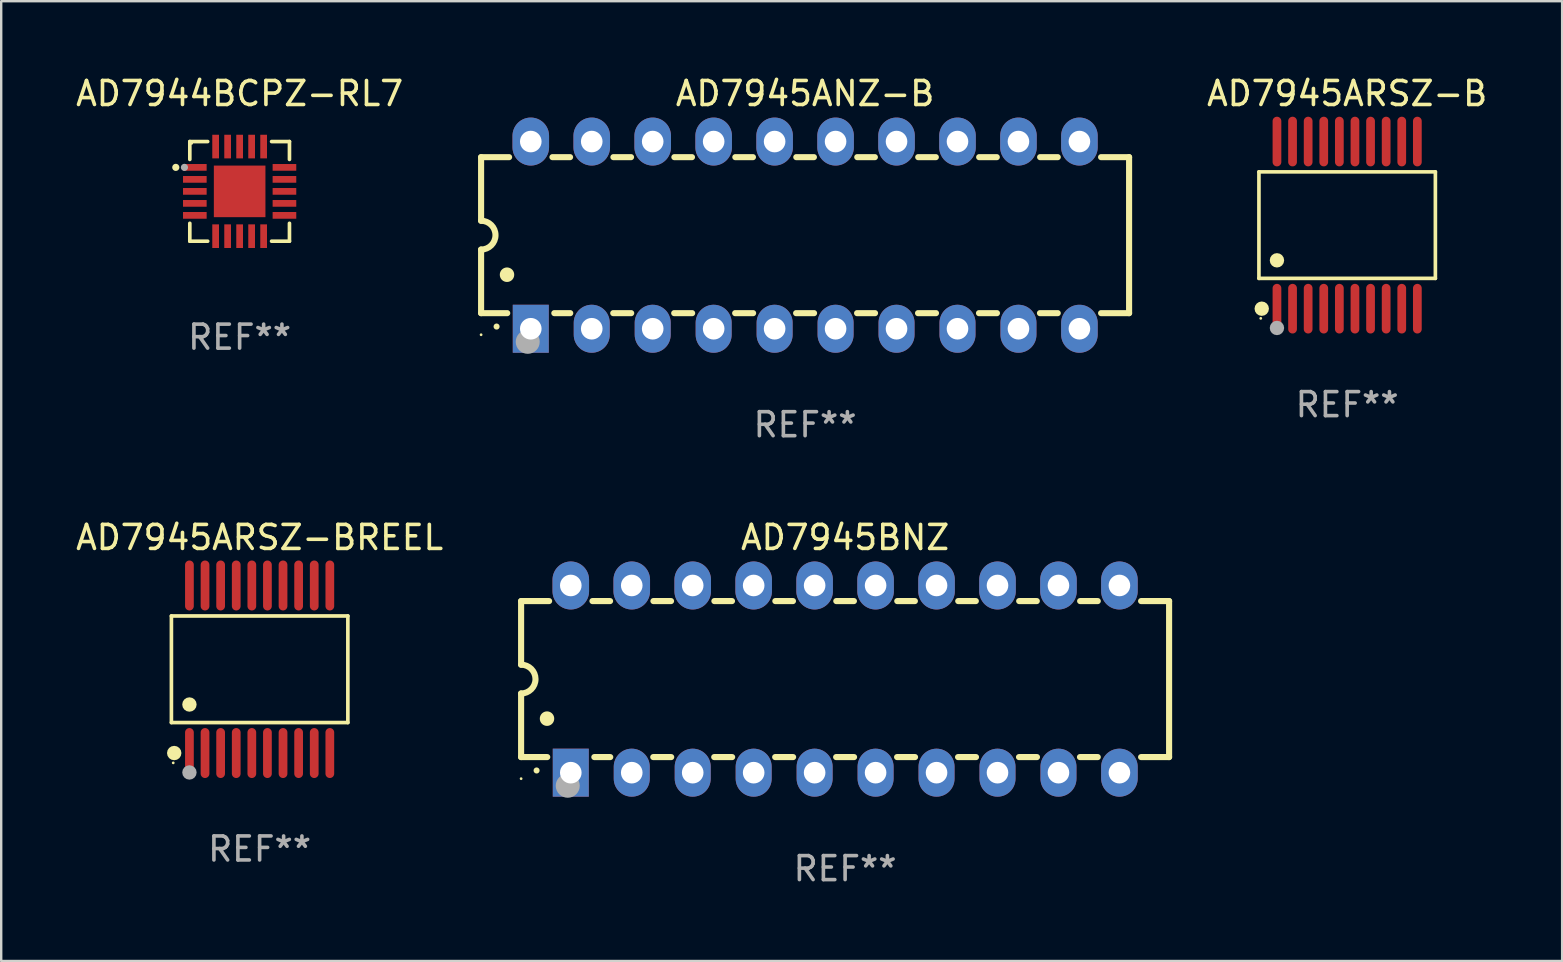
<source format=kicad_pcb>
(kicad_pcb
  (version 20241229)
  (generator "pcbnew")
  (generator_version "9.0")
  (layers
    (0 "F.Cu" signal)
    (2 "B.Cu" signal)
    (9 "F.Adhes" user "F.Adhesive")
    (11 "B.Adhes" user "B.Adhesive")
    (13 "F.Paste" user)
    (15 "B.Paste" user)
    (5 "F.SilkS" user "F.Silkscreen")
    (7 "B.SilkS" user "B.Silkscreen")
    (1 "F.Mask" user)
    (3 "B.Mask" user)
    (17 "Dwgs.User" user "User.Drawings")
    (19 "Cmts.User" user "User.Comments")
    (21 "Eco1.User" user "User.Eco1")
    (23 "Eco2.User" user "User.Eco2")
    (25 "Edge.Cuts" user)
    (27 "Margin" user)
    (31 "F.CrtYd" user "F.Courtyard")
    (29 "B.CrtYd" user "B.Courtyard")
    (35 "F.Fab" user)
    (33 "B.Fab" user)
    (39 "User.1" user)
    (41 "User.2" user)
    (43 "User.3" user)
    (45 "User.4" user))
  (footprint "AD7945ANZ-B"
    (layer "F.Cu")
    (at 30.496 6.748)
    (property "Reference" "AD7945ANZ-B" (at 0 -5.9 0) (layer "F.SilkS") (effects (font (size 1 1) (thickness 0.15))))
    (attr through_hole)
    (fp_line (start -13.5 -3.25) (end -12.333 -3.25) (stroke (width 0.254) (type solid)) (layer "F.SilkS"))
    (fp_line (start -13.5 -0.6) (end -13.5 -3.25) (stroke (width 0.254) (type solid)) (layer "F.SilkS"))
    (fp_line (start -13.5 3.25) (end -13.5 0.6) (stroke (width 0.254) (type solid)) (layer "F.SilkS"))
    (fp_line (start -13.5 3.25) (end -12.411 3.25) (stroke (width 0.254) (type solid)) (layer "F.SilkS"))
    (fp_line (start -10.527 -3.25) (end -9.793 -3.25) (stroke (width 0.254) (type solid)) (layer "F.SilkS"))
    (fp_line (start -10.449 3.25) (end -9.786 3.25) (stroke (width 0.254) (type solid)) (layer "F.SilkS"))
    (fp_line (start -7.994 3.25) (end -7.246 3.25) (stroke (width 0.254) (type solid)) (layer "F.SilkS"))
    (fp_line (start -7.987 -3.25) (end -7.253 -3.25) (stroke (width 0.254) (type solid)) (layer "F.SilkS"))
    (fp_line (start -5.454 3.25) (end -4.706 3.25) (stroke (width 0.254) (type solid)) (layer "F.SilkS"))
    (fp_line (start -5.447 -3.25) (end -4.713 -3.25) (stroke (width 0.254) (type solid)) (layer "F.SilkS"))
    (fp_line (start -2.914 3.25) (end -2.166 3.25) (stroke (width 0.254) (type solid)) (layer "F.SilkS"))
    (fp_line (start -2.907 -3.25) (end -2.173 -3.25) (stroke (width 0.254) (type solid)) (layer "F.SilkS"))
    (fp_line (start -0.374 3.25) (end 0.374 3.25) (stroke (width 0.254) (type solid)) (layer "F.SilkS"))
    (fp_line (start -0.367 -3.25) (end 0.367 -3.25) (stroke (width 0.254) (type solid)) (layer "F.SilkS"))
    (fp_line (start 2.166 3.25) (end 2.914 3.25) (stroke (width 0.254) (type solid)) (layer "F.SilkS"))
    (fp_line (start 2.173 -3.25) (end 2.907 -3.25) (stroke (width 0.254) (type solid)) (layer "F.SilkS"))
    (fp_line (start 4.706 3.25) (end 5.454 3.25) (stroke (width 0.254) (type solid)) (layer "F.SilkS"))
    (fp_line (start 4.713 -3.25) (end 5.447 -3.25) (stroke (width 0.254) (type solid)) (layer "F.SilkS"))
    (fp_line (start 7.246 3.25) (end 7.994 3.25) (stroke (width 0.254) (type solid)) (layer "F.SilkS"))
    (fp_line (start 7.253 -3.25) (end 7.987 -3.25) (stroke (width 0.254) (type solid)) (layer "F.SilkS"))
    (fp_line (start 9.786 3.25) (end 10.527 3.25) (stroke (width 0.254) (type solid)) (layer "F.SilkS"))
    (fp_line (start 9.793 -3.25) (end 10.527 -3.25) (stroke (width 0.254) (type solid)) (layer "F.SilkS"))
    (fp_line (start 12.333 -3.25) (end 13.5 -3.25) (stroke (width 0.254) (type solid)) (layer "F.SilkS"))
    (fp_line (start 12.333 3.25) (end 13.5 3.25) (stroke (width 0.254) (type solid)) (layer "F.SilkS"))
    (fp_line (start 13.5 -3.25) (end 13.5 3.25) (stroke (width 0.254) (type solid)) (layer "F.SilkS"))
    (fp_arc (start -13.500127 -0.599442) (mid -12.900406 0.000228) (end -13.500025 0.6) (stroke (width 0.254001) (type solid)) (layer "F.SilkS"))
    (fp_arc (start -12.854966 3.810008) (mid -12.854973 3.808738) (end -12.854966 3.807468) (stroke (width 0.25) (type solid)) (layer "F.SilkS"))
    (fp_arc (start -12.420625 1.651003) (mid -12.420636 1.648463) (end -12.420625 1.645923) (stroke (width 0.6) (type solid)) (layer "F.SilkS"))
    (fp_circle (center -13.5 4.15) (end -13.47 4.15) (stroke (width 0.06) (type solid)) (fill no) (layer "F.SilkS"))
    (fp_circle (center -11.557 4.445) (end -11.307 4.445) (stroke (width 0.5) (type solid)) (fill no) (layer "F.Fab"))
    (fp_text user "REF**" (at 0 7.9 0) (layer "F.Fab") (effects (font (size 1 1) (thickness 0.15))))
    (pad "1" thru_hole rect (at -11.43 3.9 90) (size 2 1.5) (drill 0.9) (layers "*.Cu" "*.Mask"))
    (pad "2" thru_hole oval (at -8.89 3.9 90) (size 2 1.5) (drill 0.9) (layers "*.Cu" "*.Mask"))
    (pad "3" thru_hole oval (at -6.35 3.9 90) (size 2 1.5) (drill 0.9) (layers "*.Cu" "*.Mask"))
    (pad "4" thru_hole oval (at -3.81 3.9 90) (size 2 1.5) (drill 0.9) (layers "*.Cu" "*.Mask"))
    (pad "5" thru_hole oval (at -1.27 3.9 90) (size 2 1.5) (drill 0.9) (layers "*.Cu" "*.Mask"))
    (pad "6" thru_hole oval (at 1.27 3.9 90) (size 2 1.5) (drill 0.9) (layers "*.Cu" "*.Mask"))
    (pad "7" thru_hole oval (at 3.81 3.9 90) (size 2 1.5) (drill 0.9) (layers "*.Cu" "*.Mask"))
    (pad "8" thru_hole oval (at 6.35 3.9 90) (size 2 1.5) (drill 0.9) (layers "*.Cu" "*.Mask"))
    (pad "9" thru_hole oval (at 8.89 3.9 90) (size 2 1.5) (drill 0.9) (layers "*.Cu" "*.Mask"))
    (pad "10" thru_hole oval (at 11.43 3.9 90) (size 2 1.524) (drill 0.9) (layers "*.Cu" "*.Mask"))
    (pad "11" thru_hole oval (at 11.43 -3.9 90) (size 2 1.524) (drill 0.9) (layers "*.Cu" "*.Mask"))
    (pad "12" thru_hole oval (at 8.89 -3.9 90) (size 2 1.524) (drill 0.9) (layers "*.Cu" "*.Mask"))
    (pad "13" thru_hole oval (at 6.35 -3.9 90) (size 2 1.524) (drill 0.9) (layers "*.Cu" "*.Mask"))
    (pad "14" thru_hole oval (at 3.81 -3.9 90) (size 2 1.524) (drill 0.9) (layers "*.Cu" "*.Mask"))
    (pad "15" thru_hole oval (at 1.27 -3.9 90) (size 2 1.524) (drill 0.9) (layers "*.Cu" "*.Mask"))
    (pad "16" thru_hole oval (at -1.27 -3.9 90) (size 2 1.524) (drill 0.9) (layers "*.Cu" "*.Mask"))
    (pad "17" thru_hole oval (at -3.81 -3.9 90) (size 2 1.524) (drill 0.9) (layers "*.Cu" "*.Mask"))
    (pad "18" thru_hole oval (at -6.35 -3.9 90) (size 2 1.524) (drill 0.9) (layers "*.Cu" "*.Mask"))
    (pad "19" thru_hole oval (at -8.89 -3.9 90) (size 2 1.524) (drill 0.9) (layers "*.Cu" "*.Mask"))
    (pad "20" thru_hole oval (at -11.43 -3.9 90) (size 2 1.524) (drill 0.9) (layers "*.Cu" "*.Mask")))
  (footprint "AD7945ARSZ-B"
    (layer "F.Cu")
    (at 53.082 6.33)
    (property "Reference" "AD7945ARSZ-B" (at 0 -5.482 0) (layer "F.SilkS") (effects (font (size 1 1) (thickness 0.15))))
    (attr through_hole)
    (fp_line (start -3.676 -2.219) (end 3.676 -2.219) (stroke (width 0.152) (type solid)) (layer "F.SilkS"))
    (fp_line (start -3.676 2.219) (end -3.676 -2.219) (stroke (width 0.152) (type solid)) (layer "F.SilkS"))
    (fp_line (start 3.676 -2.219) (end 3.676 2.219) (stroke (width 0.152) (type solid)) (layer "F.SilkS"))
    (fp_line (start 3.676 2.219) (end -3.676 2.219) (stroke (width 0.152) (type solid)) (layer "F.SilkS"))
    (fp_circle (center -3.6 3.885) (end -3.57 3.885) (stroke (width 0.06) (type solid)) (fill no) (layer "F.SilkS"))
    (fp_circle (center -3.559 3.482) (end -3.409 3.482) (stroke (width 0.3) (type solid)) (fill no) (layer "F.SilkS"))
    (fp_circle (center -2.925 1.467) (end -2.775 1.467) (stroke (width 0.3) (type solid)) (fill no) (layer "F.SilkS"))
    (fp_circle (center -2.925 4.285) (end -2.775 4.285) (stroke (width 0.3) (type solid)) (fill no) (layer "F.Fab"))
    (fp_text user "REF**" (at 0 7.482 0) (layer "F.Fab") (effects (font (size 1 1) (thickness 0.15))))
    (pad "1" smd oval (at -2.925 3.482) (size 0.364 2.069) (layers "F.Cu" "F.Mask" "F.Paste"))
    (pad "2" smd oval (at -2.275 3.482) (size 0.364 2.069) (layers "F.Cu" "F.Mask" "F.Paste"))
    (pad "3" smd oval (at -1.625 3.482) (size 0.364 2.069) (layers "F.Cu" "F.Mask" "F.Paste"))
    (pad "4" smd oval (at -0.975 3.482) (size 0.364 2.069) (layers "F.Cu" "F.Mask" "F.Paste"))
    (pad "5" smd oval (at -0.325 3.482) (size 0.364 2.069) (layers "F.Cu" "F.Mask" "F.Paste"))
    (pad "6" smd oval (at 0.325 3.482) (size 0.364 2.069) (layers "F.Cu" "F.Mask" "F.Paste"))
    (pad "7" smd oval (at 0.975 3.482) (size 0.364 2.069) (layers "F.Cu" "F.Mask" "F.Paste"))
    (pad "8" smd oval (at 1.625 3.482) (size 0.364 2.069) (layers "F.Cu" "F.Mask" "F.Paste"))
    (pad "9" smd oval (at 2.275 3.482) (size 0.364 2.069) (layers "F.Cu" "F.Mask" "F.Paste"))
    (pad "10" smd oval (at 2.925 3.482) (size 0.364 2.069) (layers "F.Cu" "F.Mask" "F.Paste"))
    (pad "11" smd oval (at 2.925 -3.482) (size 0.364 2.069) (layers "F.Cu" "F.Mask" "F.Paste"))
    (pad "12" smd oval (at 2.275 -3.482) (size 0.364 2.069) (layers "F.Cu" "F.Mask" "F.Paste"))
    (pad "13" smd oval (at 1.625 -3.482) (size 0.364 2.069) (layers "F.Cu" "F.Mask" "F.Paste"))
    (pad "14" smd oval (at 0.975 -3.482) (size 0.364 2.069) (layers "F.Cu" "F.Mask" "F.Paste"))
    (pad "15" smd oval (at 0.325 -3.482) (size 0.364 2.069) (layers "F.Cu" "F.Mask" "F.Paste"))
    (pad "16" smd oval (at -0.325 -3.482) (size 0.364 2.069) (layers "F.Cu" "F.Mask" "F.Paste"))
    (pad "17" smd oval (at -0.975 -3.482) (size 0.364 2.069) (layers "F.Cu" "F.Mask" "F.Paste"))
    (pad "18" smd oval (at -1.625 -3.482) (size 0.364 2.069) (layers "F.Cu" "F.Mask" "F.Paste"))
    (pad "19" smd oval (at -2.275 -3.482) (size 0.364 2.069) (layers "F.Cu" "F.Mask" "F.Paste"))
    (pad "20" smd oval (at -2.925 -3.482) (size 0.364 2.069) (layers "F.Cu" "F.Mask" "F.Paste")))
  (footprint "AD7945ARSZ-BREEL"
    (layer "F.Cu")
    (at 7.768 24.836)
    (property "Reference" "AD7945ARSZ-BREEL" (at 0 -5.491 0) (layer "F.SilkS") (effects (font (size 1 1) (thickness 0.15))))
    (attr through_hole)
    (fp_line (start -3.676 -2.221) (end 3.676 -2.221) (stroke (width 0.152) (type solid)) (layer "F.SilkS"))
    (fp_line (start -3.676 2.221) (end -3.676 -2.221) (stroke (width 0.152) (type solid)) (layer "F.SilkS"))
    (fp_line (start 3.676 -2.221) (end 3.676 2.221) (stroke (width 0.152) (type solid)) (layer "F.SilkS"))
    (fp_line (start 3.676 2.221) (end -3.676 2.221) (stroke (width 0.152) (type solid)) (layer "F.SilkS"))
    (fp_circle (center -3.6 3.9) (end -3.57 3.9) (stroke (width 0.06) (type solid)) (fill no) (layer "F.SilkS"))
    (fp_circle (center -3.559 3.491) (end -3.409 3.491) (stroke (width 0.3) (type solid)) (fill no) (layer "F.SilkS"))
    (fp_circle (center -2.925 1.469) (end -2.775 1.469) (stroke (width 0.3) (type solid)) (fill no) (layer "F.SilkS"))
    (fp_circle (center -2.925 4.3) (end -2.775 4.3) (stroke (width 0.3) (type solid)) (fill no) (layer "F.Fab"))
    (fp_text user "REF**" (at 0 7.491 0) (layer "F.Fab") (effects (font (size 1 1) (thickness 0.15))))
    (pad "1" smd oval (at -2.925 3.491) (size 0.364 2.082) (layers "F.Cu" "F.Mask" "F.Paste"))
    (pad "2" smd oval (at -2.275 3.491) (size 0.364 2.082) (layers "F.Cu" "F.Mask" "F.Paste"))
    (pad "3" smd oval (at -1.625 3.491) (size 0.364 2.082) (layers "F.Cu" "F.Mask" "F.Paste"))
    (pad "4" smd oval (at -0.975 3.491) (size 0.364 2.082) (layers "F.Cu" "F.Mask" "F.Paste"))
    (pad "5" smd oval (at -0.325 3.491) (size 0.364 2.082) (layers "F.Cu" "F.Mask" "F.Paste"))
    (pad "6" smd oval (at 0.325 3.491) (size 0.364 2.082) (layers "F.Cu" "F.Mask" "F.Paste"))
    (pad "7" smd oval (at 0.975 3.491) (size 0.364 2.082) (layers "F.Cu" "F.Mask" "F.Paste"))
    (pad "8" smd oval (at 1.625 3.491) (size 0.364 2.082) (layers "F.Cu" "F.Mask" "F.Paste"))
    (pad "9" smd oval (at 2.275 3.491) (size 0.364 2.082) (layers "F.Cu" "F.Mask" "F.Paste"))
    (pad "10" smd oval (at 2.925 3.491) (size 0.364 2.082) (layers "F.Cu" "F.Mask" "F.Paste"))
    (pad "11" smd oval (at 2.925 -3.491) (size 0.364 2.082) (layers "F.Cu" "F.Mask" "F.Paste"))
    (pad "12" smd oval (at 2.275 -3.491) (size 0.364 2.082) (layers "F.Cu" "F.Mask" "F.Paste"))
    (pad "13" smd oval (at 1.625 -3.491) (size 0.364 2.082) (layers "F.Cu" "F.Mask" "F.Paste"))
    (pad "14" smd oval (at 0.975 -3.491) (size 0.364 2.082) (layers "F.Cu" "F.Mask" "F.Paste"))
    (pad "15" smd oval (at 0.325 -3.491) (size 0.364 2.082) (layers "F.Cu" "F.Mask" "F.Paste"))
    (pad "16" smd oval (at -0.325 -3.491) (size 0.364 2.082) (layers "F.Cu" "F.Mask" "F.Paste"))
    (pad "17" smd oval (at -0.975 -3.491) (size 0.364 2.082) (layers "F.Cu" "F.Mask" "F.Paste"))
    (pad "18" smd oval (at -1.625 -3.491) (size 0.364 2.082) (layers "F.Cu" "F.Mask" "F.Paste"))
    (pad "19" smd oval (at -2.275 -3.491) (size 0.364 2.082) (layers "F.Cu" "F.Mask" "F.Paste"))
    (pad "20" smd oval (at -2.925 -3.491) (size 0.364 2.082) (layers "F.Cu" "F.Mask" "F.Paste")))
  (footprint "AD7944BCPZ-RL7"
    (layer "F.Cu")
    (at 6.935 4.924)
    (property "Reference" "AD7944BCPZ-RL7" (at 0 -4.076 0) (layer "F.SilkS") (effects (font (size 1 1) (thickness 0.15))))
    (attr through_hole)
    (fp_line (start -2.076 -2.076) (end -2.076 -1.331) (stroke (width 0.152) (type solid)) (layer "F.SilkS"))
    (fp_line (start -2.076 2.076) (end -2.076 1.331) (stroke (width 0.152) (type solid)) (layer "F.SilkS"))
    (fp_line (start -1.331 -2.076) (end -2.076 -2.076) (stroke (width 0.152) (type solid)) (layer "F.SilkS"))
    (fp_line (start -1.331 2.076) (end -2.076 2.076) (stroke (width 0.152) (type solid)) (layer "F.SilkS"))
    (fp_line (start 1.331 -2.076) (end 2.076 -2.076) (stroke (width 0.152) (type solid)) (layer "F.SilkS"))
    (fp_line (start 1.331 2.076) (end 2.076 2.076) (stroke (width 0.152) (type solid)) (layer "F.SilkS"))
    (fp_line (start 2.076 -2.076) (end 2.076 -1.331) (stroke (width 0.152) (type solid)) (layer "F.SilkS"))
    (fp_line (start 2.076 2.076) (end 2.076 1.331) (stroke (width 0.152) (type solid)) (layer "F.SilkS"))
    (fp_circle (center -2.66 -1) (end -2.585 -1) (stroke (width 0.15) (type solid)) (fill no) (layer "F.SilkS"))
    (fp_circle (center -2 -2) (end -1.97 -2) (stroke (width 0.06) (type solid)) (fill no) (layer "F.SilkS"))
    (fp_circle (center -2.3 -1) (end -2.225 -1) (stroke (width 0.15) (type solid)) (fill no) (layer "F.Fab"))
    (fp_text user "REF**" (at 0 6.076 0) (layer "F.Fab") (effects (font (size 1 1) (thickness 0.15))))
    (pad "1" smd rect (at -1.867 -1) (size 0.985 0.28) (layers "F.Cu" "F.Mask" "F.Paste"))
    (pad "2" smd rect (at -1.867 -0.5) (size 0.985 0.28) (layers "F.Cu" "F.Mask" "F.Paste"))
    (pad "3" smd rect (at -1.867 0) (size 0.985 0.28) (layers "F.Cu" "F.Mask" "F.Paste"))
    (pad "4" smd rect (at -1.867 0.5) (size 0.985 0.28) (layers "F.Cu" "F.Mask" "F.Paste"))
    (pad "5" smd rect (at -1.867 1) (size 0.985 0.28) (layers "F.Cu" "F.Mask" "F.Paste"))
    (pad "6" smd rect (at -1 1.867) (size 0.28 0.985) (layers "F.Cu" "F.Mask" "F.Paste"))
    (pad "7" smd rect (at -0.5 1.867) (size 0.28 0.985) (layers "F.Cu" "F.Mask" "F.Paste"))
    (pad "8" smd rect (at 0 1.867) (size 0.28 0.985) (layers "F.Cu" "F.Mask" "F.Paste"))
    (pad "9" smd rect (at 0.5 1.867) (size 0.28 0.985) (layers "F.Cu" "F.Mask" "F.Paste"))
    (pad "10" smd rect (at 1 1.867) (size 0.28 0.985) (layers "F.Cu" "F.Mask" "F.Paste"))
    (pad "11" smd rect (at 1.867 1) (size 0.985 0.28) (layers "F.Cu" "F.Mask" "F.Paste"))
    (pad "12" smd rect (at 1.867 0.5) (size 0.985 0.28) (layers "F.Cu" "F.Mask" "F.Paste"))
    (pad "13" smd rect (at 1.867 0) (size 0.985 0.28) (layers "F.Cu" "F.Mask" "F.Paste"))
    (pad "14" smd rect (at 1.867 -0.5) (size 0.985 0.28) (layers "F.Cu" "F.Mask" "F.Paste"))
    (pad "15" smd rect (at 1.867 -1) (size 0.985 0.28) (layers "F.Cu" "F.Mask" "F.Paste"))
    (pad "16" smd rect (at 1 -1.867) (size 0.28 0.985) (layers "F.Cu" "F.Mask" "F.Paste"))
    (pad "17" smd rect (at 0.5 -1.867) (size 0.28 0.985) (layers "F.Cu" "F.Mask" "F.Paste"))
    (pad "18" smd rect (at 0 -1.867) (size 0.28 0.985) (layers "F.Cu" "F.Mask" "F.Paste"))
    (pad "19" smd rect (at -0.5 -1.867) (size 0.28 0.985) (layers "F.Cu" "F.Mask" "F.Paste"))
    (pad "20" smd rect (at -1 -1.867) (size 0.28 0.985) (layers "F.Cu" "F.Mask" "F.Paste"))
    (pad "21" smd rect (at 0 0) (size 2.15 2.15) (layers "F.Cu" "F.Mask" "F.Paste")))
  (footprint "AD7945BNZ"
    (layer "F.Cu")
    (at 32.163 25.245)
    (property "Reference" "AD7945BNZ" (at 0 -5.9 0) (layer "F.SilkS") (effects (font (size 1 1) (thickness 0.15))))
    (attr through_hole)
    (fp_line (start -13.5 -3.25) (end -12.333 -3.25) (stroke (width 0.254) (type solid)) (layer "F.SilkS"))
    (fp_line (start -13.5 -0.6) (end -13.5 -3.25) (stroke (width 0.254) (type solid)) (layer "F.SilkS"))
    (fp_line (start -13.5 3.25) (end -13.5 0.6) (stroke (width 0.254) (type solid)) (layer "F.SilkS"))
    (fp_line (start -13.5 3.25) (end -12.411 3.25) (stroke (width 0.254) (type solid)) (layer "F.SilkS"))
    (fp_line (start -10.527 -3.25) (end -9.793 -3.25) (stroke (width 0.254) (type solid)) (layer "F.SilkS"))
    (fp_line (start -10.449 3.25) (end -9.786 3.25) (stroke (width 0.254) (type solid)) (layer "F.SilkS"))
    (fp_line (start -7.994 3.25) (end -7.246 3.25) (stroke (width 0.254) (type solid)) (layer "F.SilkS"))
    (fp_line (start -7.987 -3.25) (end -7.253 -3.25) (stroke (width 0.254) (type solid)) (layer "F.SilkS"))
    (fp_line (start -5.454 3.25) (end -4.706 3.25) (stroke (width 0.254) (type solid)) (layer "F.SilkS"))
    (fp_line (start -5.447 -3.25) (end -4.713 -3.25) (stroke (width 0.254) (type solid)) (layer "F.SilkS"))
    (fp_line (start -2.914 3.25) (end -2.166 3.25) (stroke (width 0.254) (type solid)) (layer "F.SilkS"))
    (fp_line (start -2.907 -3.25) (end -2.173 -3.25) (stroke (width 0.254) (type solid)) (layer "F.SilkS"))
    (fp_line (start -0.374 3.25) (end 0.374 3.25) (stroke (width 0.254) (type solid)) (layer "F.SilkS"))
    (fp_line (start -0.367 -3.25) (end 0.367 -3.25) (stroke (width 0.254) (type solid)) (layer "F.SilkS"))
    (fp_line (start 2.166 3.25) (end 2.914 3.25) (stroke (width 0.254) (type solid)) (layer "F.SilkS"))
    (fp_line (start 2.173 -3.25) (end 2.907 -3.25) (stroke (width 0.254) (type solid)) (layer "F.SilkS"))
    (fp_line (start 4.706 3.25) (end 5.454 3.25) (stroke (width 0.254) (type solid)) (layer "F.SilkS"))
    (fp_line (start 4.713 -3.25) (end 5.447 -3.25) (stroke (width 0.254) (type solid)) (layer "F.SilkS"))
    (fp_line (start 7.246 3.25) (end 7.994 3.25) (stroke (width 0.254) (type solid)) (layer "F.SilkS"))
    (fp_line (start 7.253 -3.25) (end 7.987 -3.25) (stroke (width 0.254) (type solid)) (layer "F.SilkS"))
    (fp_line (start 9.786 3.25) (end 10.527 3.25) (stroke (width 0.254) (type solid)) (layer "F.SilkS"))
    (fp_line (start 9.793 -3.25) (end 10.527 -3.25) (stroke (width 0.254) (type solid)) (layer "F.SilkS"))
    (fp_line (start 12.333 -3.25) (end 13.5 -3.25) (stroke (width 0.254) (type solid)) (layer "F.SilkS"))
    (fp_line (start 12.333 3.25) (end 13.5 3.25) (stroke (width 0.254) (type solid)) (layer "F.SilkS"))
    (fp_line (start 13.5 -3.25) (end 13.5 3.25) (stroke (width 0.254) (type solid)) (layer "F.SilkS"))
    (fp_arc (start -13.500127 -0.599442) (mid -12.900406 0.000228) (end -13.500025 0.6) (stroke (width 0.254001) (type solid)) (layer "F.SilkS"))
    (fp_arc (start -12.854966 3.810008) (mid -12.854973 3.808738) (end -12.854966 3.807468) (stroke (width 0.25) (type solid)) (layer "F.SilkS"))
    (fp_arc (start -12.420625 1.651003) (mid -12.420636 1.648463) (end -12.420625 1.645923) (stroke (width 0.6) (type solid)) (layer "F.SilkS"))
    (fp_circle (center -13.5 4.15) (end -13.47 4.15) (stroke (width 0.06) (type solid)) (fill no) (layer "F.SilkS"))
    (fp_circle (center -11.557 4.445) (end -11.307 4.445) (stroke (width 0.5) (type solid)) (fill no) (layer "F.Fab"))
    (fp_text user "REF**" (at 0 7.9 0) (layer "F.Fab") (effects (font (size 1 1) (thickness 0.15))))
    (pad "1" thru_hole rect (at -11.43 3.9 90) (size 2 1.5) (drill 0.9) (layers "*.Cu" "*.Mask"))
    (pad "2" thru_hole oval (at -8.89 3.9 90) (size 2 1.5) (drill 0.9) (layers "*.Cu" "*.Mask"))
    (pad "3" thru_hole oval (at -6.35 3.9 90) (size 2 1.5) (drill 0.9) (layers "*.Cu" "*.Mask"))
    (pad "4" thru_hole oval (at -3.81 3.9 90) (size 2 1.5) (drill 0.9) (layers "*.Cu" "*.Mask"))
    (pad "5" thru_hole oval (at -1.27 3.9 90) (size 2 1.5) (drill 0.9) (layers "*.Cu" "*.Mask"))
    (pad "6" thru_hole oval (at 1.27 3.9 90) (size 2 1.5) (drill 0.9) (layers "*.Cu" "*.Mask"))
    (pad "7" thru_hole oval (at 3.81 3.9 90) (size 2 1.5) (drill 0.9) (layers "*.Cu" "*.Mask"))
    (pad "8" thru_hole oval (at 6.35 3.9 90) (size 2 1.5) (drill 0.9) (layers "*.Cu" "*.Mask"))
    (pad "9" thru_hole oval (at 8.89 3.9 90) (size 2 1.5) (drill 0.9) (layers "*.Cu" "*.Mask"))
    (pad "10" thru_hole oval (at 11.43 3.9 90) (size 2 1.524) (drill 0.9) (layers "*.Cu" "*.Mask"))
    (pad "11" thru_hole oval (at 11.43 -3.9 90) (size 2 1.524) (drill 0.9) (layers "*.Cu" "*.Mask"))
    (pad "12" thru_hole oval (at 8.89 -3.9 90) (size 2 1.524) (drill 0.9) (layers "*.Cu" "*.Mask"))
    (pad "13" thru_hole oval (at 6.35 -3.9 90) (size 2 1.524) (drill 0.9) (layers "*.Cu" "*.Mask"))
    (pad "14" thru_hole oval (at 3.81 -3.9 90) (size 2 1.524) (drill 0.9) (layers "*.Cu" "*.Mask"))
    (pad "15" thru_hole oval (at 1.27 -3.9 90) (size 2 1.524) (drill 0.9) (layers "*.Cu" "*.Mask"))
    (pad "16" thru_hole oval (at -1.27 -3.9 90) (size 2 1.524) (drill 0.9) (layers "*.Cu" "*.Mask"))
    (pad "17" thru_hole oval (at -3.81 -3.9 90) (size 2 1.524) (drill 0.9) (layers "*.Cu" "*.Mask"))
    (pad "18" thru_hole oval (at -6.35 -3.9 90) (size 2 1.524) (drill 0.9) (layers "*.Cu" "*.Mask"))
    (pad "19" thru_hole oval (at -8.89 -3.9 90) (size 2 1.524) (drill 0.9) (layers "*.Cu" "*.Mask"))
    (pad "20" thru_hole oval (at -11.43 -3.9 90) (size 2 1.524) (drill 0.9) (layers "*.Cu" "*.Mask")))
  (gr_rect
    (start -3 -3)
    (end 62.04 36.993)
    (stroke (width 0.1) (type default))
    (fill no)
    (layer "Edge.Cuts")))
</source>
